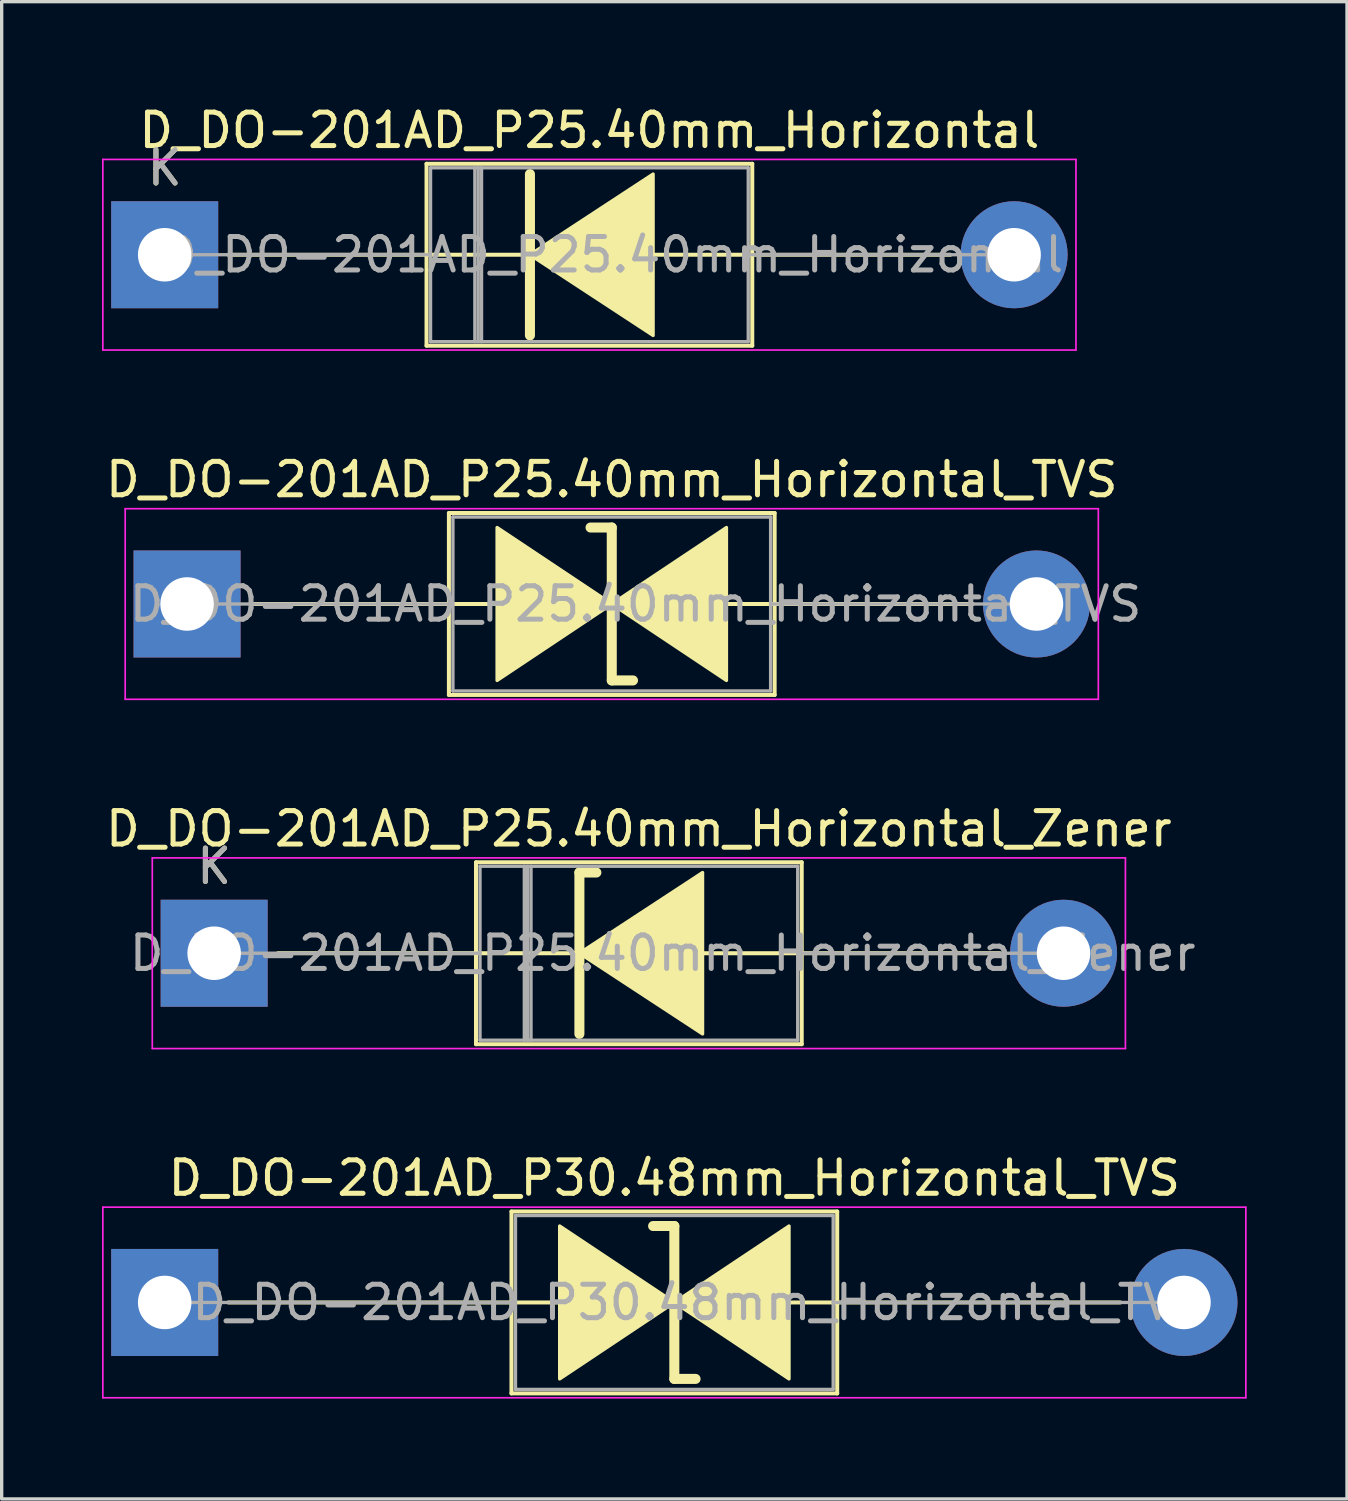
<source format=kicad_pcb>
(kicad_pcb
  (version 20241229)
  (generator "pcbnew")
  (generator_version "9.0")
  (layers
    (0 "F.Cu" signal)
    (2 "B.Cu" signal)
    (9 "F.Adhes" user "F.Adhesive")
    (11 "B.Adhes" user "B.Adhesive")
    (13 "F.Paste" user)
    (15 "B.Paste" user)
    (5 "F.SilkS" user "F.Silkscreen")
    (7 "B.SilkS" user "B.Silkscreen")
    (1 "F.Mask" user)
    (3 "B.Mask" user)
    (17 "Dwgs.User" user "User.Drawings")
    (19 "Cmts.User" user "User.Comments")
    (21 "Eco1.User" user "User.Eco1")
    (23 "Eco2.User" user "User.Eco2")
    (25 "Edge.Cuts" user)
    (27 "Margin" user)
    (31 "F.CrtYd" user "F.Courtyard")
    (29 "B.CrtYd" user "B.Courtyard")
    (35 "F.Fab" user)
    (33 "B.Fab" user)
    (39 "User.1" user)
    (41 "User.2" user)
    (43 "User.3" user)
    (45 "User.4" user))
  (footprint "D_DO-201AD_P25.40mm_Horizontal"
    (layer "F.Cu")
    (at 1.875 4.568)
    (property "Reference" "D_DO-201AD_P25.40mm_Horizontal" (at 12.7 -3.72 0) (layer "F.SilkS") (effects (font (size 1 1) (thickness 0.15))))
    (attr through_hole)
    (fp_line (start 1.905 0) (end 7.83 0) (stroke (width 0.12) (type solid)) (layer "F.SilkS"))
    (fp_line (start 7.83 -2.72) (end 7.83 2.72) (stroke (width 0.12) (type solid)) (layer "F.SilkS"))
    (fp_line (start 7.83 2.72) (end 17.57 2.72) (stroke (width 0.12) (type solid)) (layer "F.SilkS"))
    (fp_line (start 10.795 0) (end 7.83 0) (stroke (width 0.12) (type solid)) (layer "F.SilkS"))
    (fp_line (start 10.922 -2.413) (end 10.922 2.413) (stroke (width 0.3) (type solid)) (layer "F.SilkS"))
    (fp_line (start 14.605 0) (end 17.57 0) (stroke (width 0.12) (type solid)) (layer "F.SilkS"))
    (fp_line (start 17.57 -2.72) (end 7.83 -2.72) (stroke (width 0.12) (type solid)) (layer "F.SilkS"))
    (fp_line (start 17.57 2.72) (end 17.57 -2.72) (stroke (width 0.12) (type solid)) (layer "F.SilkS"))
    (fp_line (start 23.495 0) (end 17.57 0) (stroke (width 0.12) (type solid)) (layer "F.SilkS"))
    (fp_poly (pts (xy 14.605 2.413) (xy 10.922 0) (xy 14.605 -2.413)) (stroke (width 0.1) (type solid)) (fill yes) (layer "F.SilkS"))
    (fp_line (start -1.85 -2.85) (end -1.85 2.85) (stroke (width 0.05) (type solid)) (layer "F.CrtYd"))
    (fp_line (start -1.85 2.85) (end 27.25 2.85) (stroke (width 0.05) (type solid)) (layer "F.CrtYd"))
    (fp_line (start 27.25 -2.85) (end -1.85 -2.85) (stroke (width 0.05) (type solid)) (layer "F.CrtYd"))
    (fp_line (start 27.25 2.85) (end 27.25 -2.85) (stroke (width 0.05) (type solid)) (layer "F.CrtYd"))
    (fp_line (start 0 0) (end 7.95 0) (stroke (width 0.1) (type solid)) (layer "F.Fab"))
    (fp_line (start 7.95 -2.6) (end 7.95 2.6) (stroke (width 0.1) (type solid)) (layer "F.Fab"))
    (fp_line (start 7.95 2.6) (end 17.45 2.6) (stroke (width 0.1) (type solid)) (layer "F.Fab"))
    (fp_line (start 9.275 -2.6) (end 9.275 2.6) (stroke (width 0.1) (type solid)) (layer "F.Fab"))
    (fp_line (start 9.375 -2.6) (end 9.375 2.6) (stroke (width 0.1) (type solid)) (layer "F.Fab"))
    (fp_line (start 9.475 -2.6) (end 9.475 2.6) (stroke (width 0.1) (type solid)) (layer "F.Fab"))
    (fp_line (start 17.45 -2.6) (end 7.95 -2.6) (stroke (width 0.1) (type solid)) (layer "F.Fab"))
    (fp_line (start 17.45 2.6) (end 17.45 -2.6) (stroke (width 0.1) (type solid)) (layer "F.Fab"))
    (fp_line (start 25.4 0) (end 17.45 0) (stroke (width 0.1) (type solid)) (layer "F.Fab"))
    (fp_text user "K" (at 0 -2.6 0) (layer "F.SilkS") (effects (font (size 1 1) (thickness 0.15))))
    (fp_text user "${REFERENCE}" (at 13.412 0 0) (layer "F.Fab") (effects (font (size 1 1) (thickness 0.15))))
    (fp_text user "K" (at 0 -2.6 0) (layer "F.Fab") (effects (font (size 1 1) (thickness 0.15))))
    (pad "1" thru_hole rect (at 0 0) (size 3.2 3.2) (drill 1.6) (layers "*.Cu" "*.Mask"))
    (pad "2" thru_hole oval (at 25.4 0) (size 3.2 3.2) (drill 1.6) (layers "*.Cu" "*.Mask")))
  (footprint "D_DO-201AD_P25.40mm_Horizontal_TVS"
    (layer "F.Cu")
    (at 2.544 15.011)
    (property "Reference" "D_DO-201AD_P25.40mm_Horizontal_TVS" (at 12.7 -3.72 0) (layer "F.SilkS") (effects (font (size 1 1) (thickness 0.15))))
    (attr through_hole)
    (fp_line (start 1.905 0) (end 7.83 0) (stroke (width 0.12) (type solid)) (layer "F.SilkS"))
    (fp_line (start 7.83 -2.72) (end 7.83 2.72) (stroke (width 0.12) (type solid)) (layer "F.SilkS"))
    (fp_line (start 7.83 0) (end 9.271 0) (stroke (width 0.12) (type solid)) (layer "F.SilkS"))
    (fp_line (start 7.83 2.72) (end 17.57 2.72) (stroke (width 0.12) (type solid)) (layer "F.SilkS"))
    (fp_line (start 12.7 -2.286) (end 12.065 -2.286) (stroke (width 0.3) (type solid)) (layer "F.SilkS"))
    (fp_line (start 12.7 2.286) (end 12.7 -2.286) (stroke (width 0.3) (type solid)) (layer "F.SilkS"))
    (fp_line (start 13.335 2.286) (end 12.7 2.286) (stroke (width 0.3) (type solid)) (layer "F.SilkS"))
    (fp_line (start 16.129 0) (end 17.57 0) (stroke (width 0.12) (type solid)) (layer "F.SilkS"))
    (fp_line (start 17.57 -2.72) (end 7.83 -2.72) (stroke (width 0.12) (type solid)) (layer "F.SilkS"))
    (fp_line (start 17.57 2.72) (end 17.57 -2.72) (stroke (width 0.12) (type solid)) (layer "F.SilkS"))
    (fp_line (start 23.495 0) (end 17.57 0) (stroke (width 0.12) (type solid)) (layer "F.SilkS"))
    (fp_poly (pts (xy 12.7 0) (xy 9.271 2.286) (xy 9.271 -2.286)) (stroke (width 0.1) (type solid)) (fill yes) (layer "F.SilkS"))
    (fp_poly (pts (xy 12.7 0) (xy 16.129 -2.286) (xy 16.129 2.286)) (stroke (width 0.1) (type solid)) (fill yes) (layer "F.SilkS"))
    (fp_line (start -1.85 -2.85) (end -1.85 2.85) (stroke (width 0.05) (type solid)) (layer "F.CrtYd"))
    (fp_line (start -1.85 2.85) (end 27.25 2.85) (stroke (width 0.05) (type solid)) (layer "F.CrtYd"))
    (fp_line (start 27.25 -2.85) (end -1.85 -2.85) (stroke (width 0.05) (type solid)) (layer "F.CrtYd"))
    (fp_line (start 27.25 2.85) (end 27.25 -2.85) (stroke (width 0.05) (type solid)) (layer "F.CrtYd"))
    (fp_line (start 0 0) (end 7.95 0) (stroke (width 0.1) (type solid)) (layer "F.Fab"))
    (fp_line (start 7.95 -2.6) (end 7.95 2.6) (stroke (width 0.1) (type solid)) (layer "F.Fab"))
    (fp_line (start 7.95 2.6) (end 17.45 2.6) (stroke (width 0.1) (type solid)) (layer "F.Fab"))
    (fp_line (start 17.45 -2.6) (end 7.95 -2.6) (stroke (width 0.1) (type solid)) (layer "F.Fab"))
    (fp_line (start 17.45 2.6) (end 17.45 -2.6) (stroke (width 0.1) (type solid)) (layer "F.Fab"))
    (fp_line (start 25.4 0) (end 17.45 0) (stroke (width 0.1) (type solid)) (layer "F.Fab"))
    (fp_text user "${REFERENCE}" (at 13.412 0 0) (layer "F.Fab") (effects (font (size 1 1) (thickness 0.15))))
    (pad "1" thru_hole rect (at 0 0) (size 3.2 3.2) (drill 1.6) (layers "*.Cu" "*.Mask"))
    (pad "2" thru_hole oval (at 25.4 0) (size 3.2 3.2) (drill 1.6) (layers "*.Cu" "*.Mask")))
  (footprint "D_DO-201AD_P30.48mm_Horizontal_TVS"
    (layer "F.Cu")
    (at 1.875 35.898)
    (property "Reference" "D_DO-201AD_P30.48mm_Horizontal_TVS" (at 15.24 -3.72 0) (layer "F.SilkS") (effects (font (size 1 1) (thickness 0.15))))
    (attr through_hole)
    (fp_line (start 1.905 0) (end 10.37 0) (stroke (width 0.12) (type solid)) (layer "F.SilkS"))
    (fp_line (start 10.37 -2.72) (end 10.37 2.72) (stroke (width 0.12) (type solid)) (layer "F.SilkS"))
    (fp_line (start 10.37 0) (end 11.811 0) (stroke (width 0.12) (type solid)) (layer "F.SilkS"))
    (fp_line (start 10.37 2.72) (end 20.11 2.72) (stroke (width 0.12) (type solid)) (layer "F.SilkS"))
    (fp_line (start 15.24 -2.286) (end 14.605 -2.286) (stroke (width 0.3) (type solid)) (layer "F.SilkS"))
    (fp_line (start 15.24 2.286) (end 15.24 -2.286) (stroke (width 0.3) (type solid)) (layer "F.SilkS"))
    (fp_line (start 15.875 2.286) (end 15.24 2.286) (stroke (width 0.3) (type solid)) (layer "F.SilkS"))
    (fp_line (start 18.669 0) (end 20.11 0) (stroke (width 0.12) (type solid)) (layer "F.SilkS"))
    (fp_line (start 20.11 -2.72) (end 10.37 -2.72) (stroke (width 0.12) (type solid)) (layer "F.SilkS"))
    (fp_line (start 20.11 2.72) (end 20.11 -2.72) (stroke (width 0.12) (type solid)) (layer "F.SilkS"))
    (fp_line (start 28.575 0) (end 20.11 0) (stroke (width 0.12) (type solid)) (layer "F.SilkS"))
    (fp_poly (pts (xy 15.24 0) (xy 11.811 2.286) (xy 11.811 -2.286)) (stroke (width 0.1) (type solid)) (fill yes) (layer "F.SilkS"))
    (fp_poly (pts (xy 15.24 0) (xy 18.669 -2.286) (xy 18.669 2.286)) (stroke (width 0.1) (type solid)) (fill yes) (layer "F.SilkS"))
    (fp_line (start -1.85 -2.85) (end -1.85 2.85) (stroke (width 0.05) (type solid)) (layer "F.CrtYd"))
    (fp_line (start -1.85 2.85) (end 32.33 2.85) (stroke (width 0.05) (type solid)) (layer "F.CrtYd"))
    (fp_line (start 32.33 -2.85) (end -1.85 -2.85) (stroke (width 0.05) (type solid)) (layer "F.CrtYd"))
    (fp_line (start 32.33 2.85) (end 32.33 -2.85) (stroke (width 0.05) (type solid)) (layer "F.CrtYd"))
    (fp_line (start 0 0) (end 10.49 0) (stroke (width 0.1) (type solid)) (layer "F.Fab"))
    (fp_line (start 10.49 -2.6) (end 10.49 2.6) (stroke (width 0.1) (type solid)) (layer "F.Fab"))
    (fp_line (start 10.49 2.6) (end 19.99 2.6) (stroke (width 0.1) (type solid)) (layer "F.Fab"))
    (fp_line (start 19.99 -2.6) (end 10.49 -2.6) (stroke (width 0.1) (type solid)) (layer "F.Fab"))
    (fp_line (start 19.99 2.6) (end 19.99 -2.6) (stroke (width 0.1) (type solid)) (layer "F.Fab"))
    (fp_line (start 30.48 0) (end 19.99 0) (stroke (width 0.1) (type solid)) (layer "F.Fab"))
    (fp_text user "${REFERENCE}" (at 15.953 0 0) (layer "F.Fab") (effects (font (size 1 1) (thickness 0.15))))
    (pad "1" thru_hole rect (at 0 0) (size 3.2 3.2) (drill 1.6) (layers "*.Cu" "*.Mask"))
    (pad "2" thru_hole oval (at 30.48 0) (size 3.2 3.2) (drill 1.6) (layers "*.Cu" "*.Mask")))
  (footprint "D_DO-201AD_P25.40mm_Horizontal_Zener"
    (layer "F.Cu")
    (at 3.354 25.455)
    (property "Reference" "D_DO-201AD_P25.40mm_Horizontal_Zener" (at 12.7 -3.72 0) (layer "F.SilkS") (effects (font (size 1 1) (thickness 0.15))))
    (attr through_hole)
    (fp_line (start 1.905 0) (end 7.83 0) (stroke (width 0.12) (type solid)) (layer "F.SilkS"))
    (fp_line (start 7.83 -2.72) (end 7.83 2.72) (stroke (width 0.12) (type solid)) (layer "F.SilkS"))
    (fp_line (start 7.83 2.72) (end 17.57 2.72) (stroke (width 0.12) (type solid)) (layer "F.SilkS"))
    (fp_line (start 10.795 0) (end 7.83 0) (stroke (width 0.12) (type solid)) (layer "F.SilkS"))
    (fp_line (start 10.922 -2.413) (end 10.922 2.413) (stroke (width 0.3) (type solid)) (layer "F.SilkS"))
    (fp_line (start 10.922 -2.413) (end 11.43 -2.413) (stroke (width 0.3) (type solid)) (layer "F.SilkS"))
    (fp_line (start 14.605 0) (end 17.57 0) (stroke (width 0.12) (type solid)) (layer "F.SilkS"))
    (fp_line (start 17.57 -2.72) (end 7.83 -2.72) (stroke (width 0.12) (type solid)) (layer "F.SilkS"))
    (fp_line (start 17.57 2.72) (end 17.57 -2.72) (stroke (width 0.12) (type solid)) (layer "F.SilkS"))
    (fp_line (start 23.495 0) (end 17.57 0) (stroke (width 0.12) (type solid)) (layer "F.SilkS"))
    (fp_poly (pts (xy 14.605 2.413) (xy 10.922 0) (xy 14.605 -2.413)) (stroke (width 0.1) (type solid)) (fill yes) (layer "F.SilkS"))
    (fp_line (start -1.85 -2.85) (end -1.85 2.85) (stroke (width 0.05) (type solid)) (layer "F.CrtYd"))
    (fp_line (start -1.85 2.85) (end 27.25 2.85) (stroke (width 0.05) (type solid)) (layer "F.CrtYd"))
    (fp_line (start 27.25 -2.85) (end -1.85 -2.85) (stroke (width 0.05) (type solid)) (layer "F.CrtYd"))
    (fp_line (start 27.25 2.85) (end 27.25 -2.85) (stroke (width 0.05) (type solid)) (layer "F.CrtYd"))
    (fp_line (start 0 0) (end 7.95 0) (stroke (width 0.1) (type solid)) (layer "F.Fab"))
    (fp_line (start 7.95 -2.6) (end 7.95 2.6) (stroke (width 0.1) (type solid)) (layer "F.Fab"))
    (fp_line (start 7.95 2.6) (end 17.45 2.6) (stroke (width 0.1) (type solid)) (layer "F.Fab"))
    (fp_line (start 9.275 -2.6) (end 9.275 2.6) (stroke (width 0.1) (type solid)) (layer "F.Fab"))
    (fp_line (start 9.375 -2.6) (end 9.375 2.6) (stroke (width 0.1) (type solid)) (layer "F.Fab"))
    (fp_line (start 9.475 -2.6) (end 9.475 2.6) (stroke (width 0.1) (type solid)) (layer "F.Fab"))
    (fp_line (start 17.45 -2.6) (end 7.95 -2.6) (stroke (width 0.1) (type solid)) (layer "F.Fab"))
    (fp_line (start 17.45 2.6) (end 17.45 -2.6) (stroke (width 0.1) (type solid)) (layer "F.Fab"))
    (fp_line (start 25.4 0) (end 17.45 0) (stroke (width 0.1) (type solid)) (layer "F.Fab"))
    (fp_text user "K" (at 0 -2.6 0) (layer "F.SilkS") (effects (font (size 1 1) (thickness 0.15))))
    (fp_text user "${REFERENCE}" (at 13.412 0 0) (layer "F.Fab") (effects (font (size 1 1) (thickness 0.15))))
    (fp_text user "K" (at 0 -2.6 0) (layer "F.Fab") (effects (font (size 1 1) (thickness 0.15))))
    (pad "1" thru_hole rect (at 0 0) (size 3.2 3.2) (drill 1.6) (layers "*.Cu" "*.Mask"))
    (pad "2" thru_hole oval (at 25.4 0) (size 3.2 3.2) (drill 1.6) (layers "*.Cu" "*.Mask")))
  (gr_rect
    (start -3 -3)
    (end 37.23 41.773)
    (stroke (width 0.1) (type default))
    (fill no)
    (layer "Edge.Cuts")))
</source>
